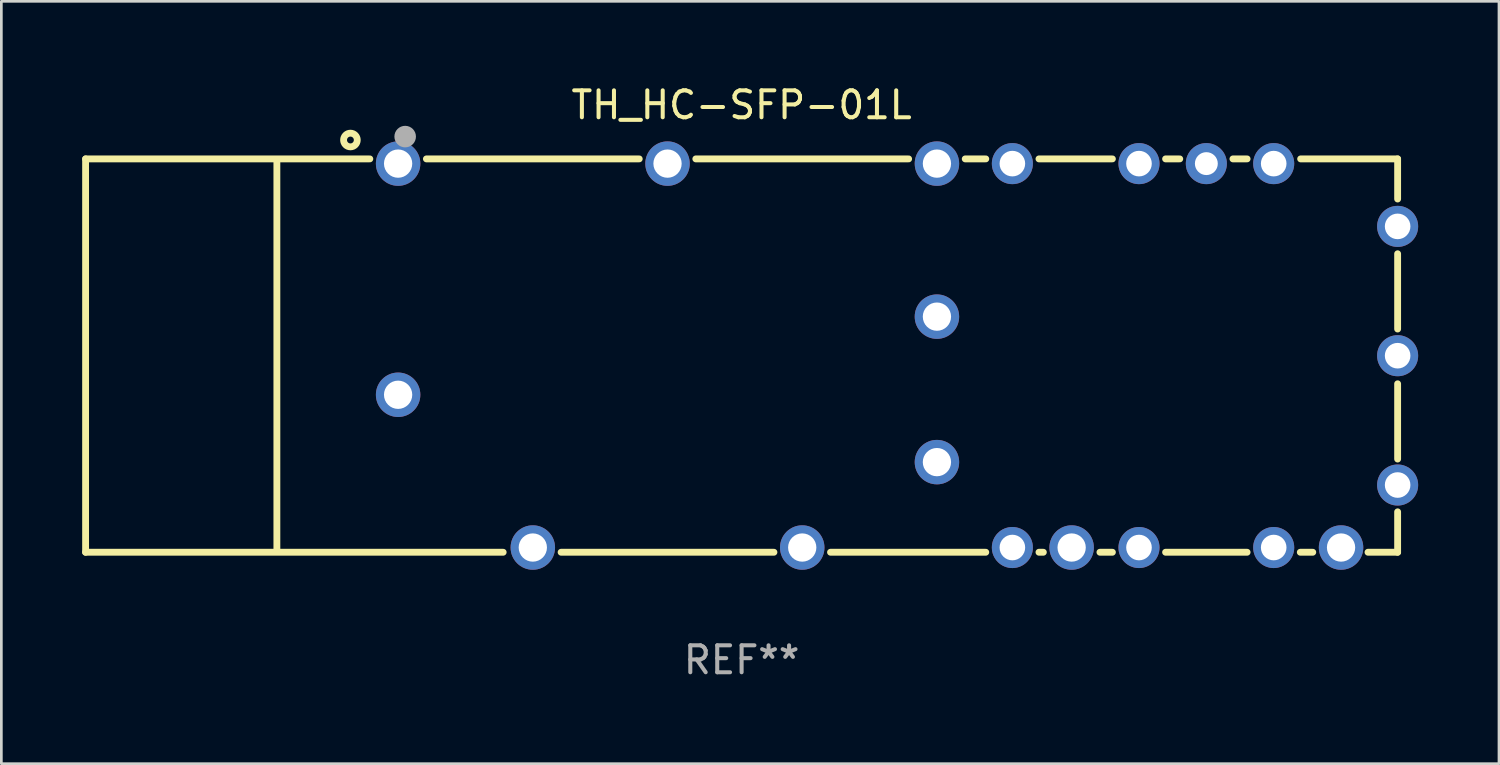
<source format=kicad_pcb>
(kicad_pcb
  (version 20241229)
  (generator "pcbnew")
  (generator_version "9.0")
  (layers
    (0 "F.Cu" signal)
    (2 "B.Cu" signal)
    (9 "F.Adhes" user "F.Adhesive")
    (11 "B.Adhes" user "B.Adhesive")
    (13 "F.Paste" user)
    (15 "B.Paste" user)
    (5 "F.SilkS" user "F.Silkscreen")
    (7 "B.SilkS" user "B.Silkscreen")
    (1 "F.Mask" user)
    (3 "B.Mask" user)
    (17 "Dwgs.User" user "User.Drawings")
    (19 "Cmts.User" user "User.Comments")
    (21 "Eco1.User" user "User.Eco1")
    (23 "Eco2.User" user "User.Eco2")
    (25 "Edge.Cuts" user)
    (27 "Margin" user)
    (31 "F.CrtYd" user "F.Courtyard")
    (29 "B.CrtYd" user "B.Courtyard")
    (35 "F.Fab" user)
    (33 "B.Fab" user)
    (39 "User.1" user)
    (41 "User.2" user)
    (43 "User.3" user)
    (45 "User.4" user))
  (footprint "TH_HC-SFP-01L"
    (layer "F.Cu")
    (at 30.277 10.148)
    (property "Reference" "TH_HC-SFP-01L" (at -5.8 -9.3 0) (layer "F.SilkS") (effects (font (size 1 1) (thickness 0.15))))
    (attr through_hole)
    (fp_line (start -30.15 -7.3) (end -19.6 -7.3) (stroke (width 0.254) (type solid)) (layer "F.SilkS"))
    (fp_line (start -30.15 7.3) (end -30.15 -7.3) (stroke (width 0.254) (type solid)) (layer "F.SilkS"))
    (fp_line (start -30.15 7.3) (end -14.65 7.3) (stroke (width 0.254) (type solid)) (layer "F.SilkS"))
    (fp_line (start -23.05 -7.239) (end -23.05 7.239) (stroke (width 0.254) (type solid)) (layer "F.SilkS"))
    (fp_line (start -17.5 -7.3) (end -9.6 -7.3) (stroke (width 0.254) (type solid)) (layer "F.SilkS"))
    (fp_line (start -7.5 -7.3) (end 0.4 -7.3) (stroke (width 0.254) (type solid)) (layer "F.SilkS"))
    (fp_line (start -4.6 7.3) (end -12.5 7.3) (stroke (width 0.254) (type solid)) (layer "F.SilkS"))
    (fp_line (start 2.5 -7.3) (end 3.263 -7.3) (stroke (width 0.254) (type solid)) (layer "F.SilkS"))
    (fp_line (start 3.263 7.3) (end -2.5 7.3) (stroke (width 0.254) (type solid)) (layer "F.SilkS"))
    (fp_line (start 5.237 -7.3) (end 7.963 -7.3) (stroke (width 0.254) (type solid)) (layer "F.SilkS"))
    (fp_line (start 5.4 7.3) (end 5.237 7.3) (stroke (width 0.254) (type solid)) (layer "F.SilkS"))
    (fp_line (start 7.963 7.3) (end 7.5 7.3) (stroke (width 0.254) (type solid)) (layer "F.SilkS"))
    (fp_line (start 9.937 -7.3) (end 10.463 -7.3) (stroke (width 0.254) (type solid)) (layer "F.SilkS"))
    (fp_line (start 12.437 -7.3) (end 12.963 -7.3) (stroke (width 0.254) (type solid)) (layer "F.SilkS"))
    (fp_line (start 12.963 7.3) (end 9.937 7.3) (stroke (width 0.254) (type solid)) (layer "F.SilkS"))
    (fp_line (start 15.4 7.3) (end 14.937 7.3) (stroke (width 0.254) (type solid)) (layer "F.SilkS"))
    (fp_line (start 18.55 -7.3) (end 14.95 -7.3) (stroke (width 0.254) (type solid)) (layer "F.SilkS"))
    (fp_line (start 18.55 -7.3) (end 18.55 -5.811) (stroke (width 0.254) (type solid)) (layer "F.SilkS"))
    (fp_line (start 18.55 -3.779) (end 18.55 -0.985) (stroke (width 0.254) (type solid)) (layer "F.SilkS"))
    (fp_line (start 18.55 1.047) (end 18.55 3.841) (stroke (width 0.254) (type solid)) (layer "F.SilkS"))
    (fp_line (start 18.55 5.8) (end 18.55 7.3) (stroke (width 0.254) (type solid)) (layer "F.SilkS"))
    (fp_line (start 18.55 7.3) (end 17.45 7.3) (stroke (width 0.254) (type solid)) (layer "F.SilkS"))
    (fp_circle (center -23.05 -7.3) (end -23.02 -7.3) (stroke (width 0.06) (type solid)) (fill no) (layer "F.SilkS"))
    (fp_circle (center -20.32 -8.001) (end -20.066 -8.001) (stroke (width 0.254) (type solid)) (fill no) (layer "F.SilkS"))
    (fp_circle (center -18.288 -8.128) (end -18.088 -8.128) (stroke (width 0.4) (type solid)) (fill no) (layer "F.Fab"))
    (fp_text user "REF**" (at -5.8 11.3 0) (layer "F.Fab") (effects (font (size 1 1) (thickness 0.15))))
    (pad "1" thru_hole circle (at -18.55 -7.125) (size 1.65 1.65) (drill 1.05) (layers "*.Cu" "*.Mask"))
    (pad "2" thru_hole circle (at -8.55 -7.125) (size 1.65 1.65) (drill 1.05) (layers "*.Cu" "*.Mask"))
    (pad "3" thru_hole circle (at 1.45 -7.125) (size 1.65 1.65) (drill 1.05) (layers "*.Cu" "*.Mask"))
    (pad "4" thru_hole circle (at 4.25 -7.125) (size 1.524 1.524) (drill 0.95) (layers "*.Cu" "*.Mask"))
    (pad "5" thru_hole circle (at 8.95 -7.125) (size 1.524 1.524) (drill 0.95) (layers "*.Cu" "*.Mask"))
    (pad "6" thru_hole circle (at 11.45 -7.125) (size 1.524 1.524) (drill 0.85) (layers "*.Cu" "*.Mask"))
    (pad "7" thru_hole circle (at 13.95 -7.125) (size 1.524 1.524) (drill 0.95) (layers "*.Cu" "*.Mask"))
    (pad "8" thru_hole circle (at 18.55 -4.795) (size 1.524 1.524) (drill 0.95) (layers "*.Cu" "*.Mask"))
    (pad "9" thru_hole circle (at 18.55 0.005) (size 1.524 1.524) (drill 0.95) (layers "*.Cu" "*.Mask"))
    (pad "10" thru_hole circle (at 18.55 4.805) (size 1.524 1.524) (drill 0.95) (layers "*.Cu" "*.Mask"))
    (pad "11" thru_hole circle (at 16.45 7.125) (size 1.65 1.65) (drill 1.05) (layers "*.Cu" "*.Mask"))
    (pad "12" thru_hole circle (at 13.95 7.125) (size 1.524 1.524) (drill 0.95) (layers "*.Cu" "*.Mask"))
    (pad "13" thru_hole circle (at 8.95 7.125) (size 1.524 1.524) (drill 0.95) (layers "*.Cu" "*.Mask"))
    (pad "14" thru_hole circle (at 6.45 7.125) (size 1.65 1.65) (drill 1.05) (layers "*.Cu" "*.Mask"))
    (pad "15" thru_hole circle (at 4.25 7.125) (size 1.524 1.524) (drill 0.95) (layers "*.Cu" "*.Mask"))
    (pad "16" thru_hole circle (at -3.55 7.125) (size 1.65 1.65) (drill 1.05) (layers "*.Cu" "*.Mask"))
    (pad "17" thru_hole circle (at -13.55 7.125) (size 1.65 1.65) (drill 1.05) (layers "*.Cu" "*.Mask"))
    (pad "18" thru_hole circle (at -18.55 1.455) (size 1.65 1.65) (drill 1.05) (layers "*.Cu" "*.Mask"))
    (pad "19" thru_hole circle (at 1.45 3.955) (size 1.65 1.65) (drill 1.05) (layers "*.Cu" "*.Mask"))
    (pad "20" thru_hole circle (at 1.45 -1.445) (size 1.65 1.65) (drill 1.05) (layers "*.Cu" "*.Mask")))
  (gr_rect
    (start -3 -3)
    (end 52.589 25.297)
    (stroke (width 0.1) (type default))
    (fill no)
    (layer "Edge.Cuts")))
</source>
